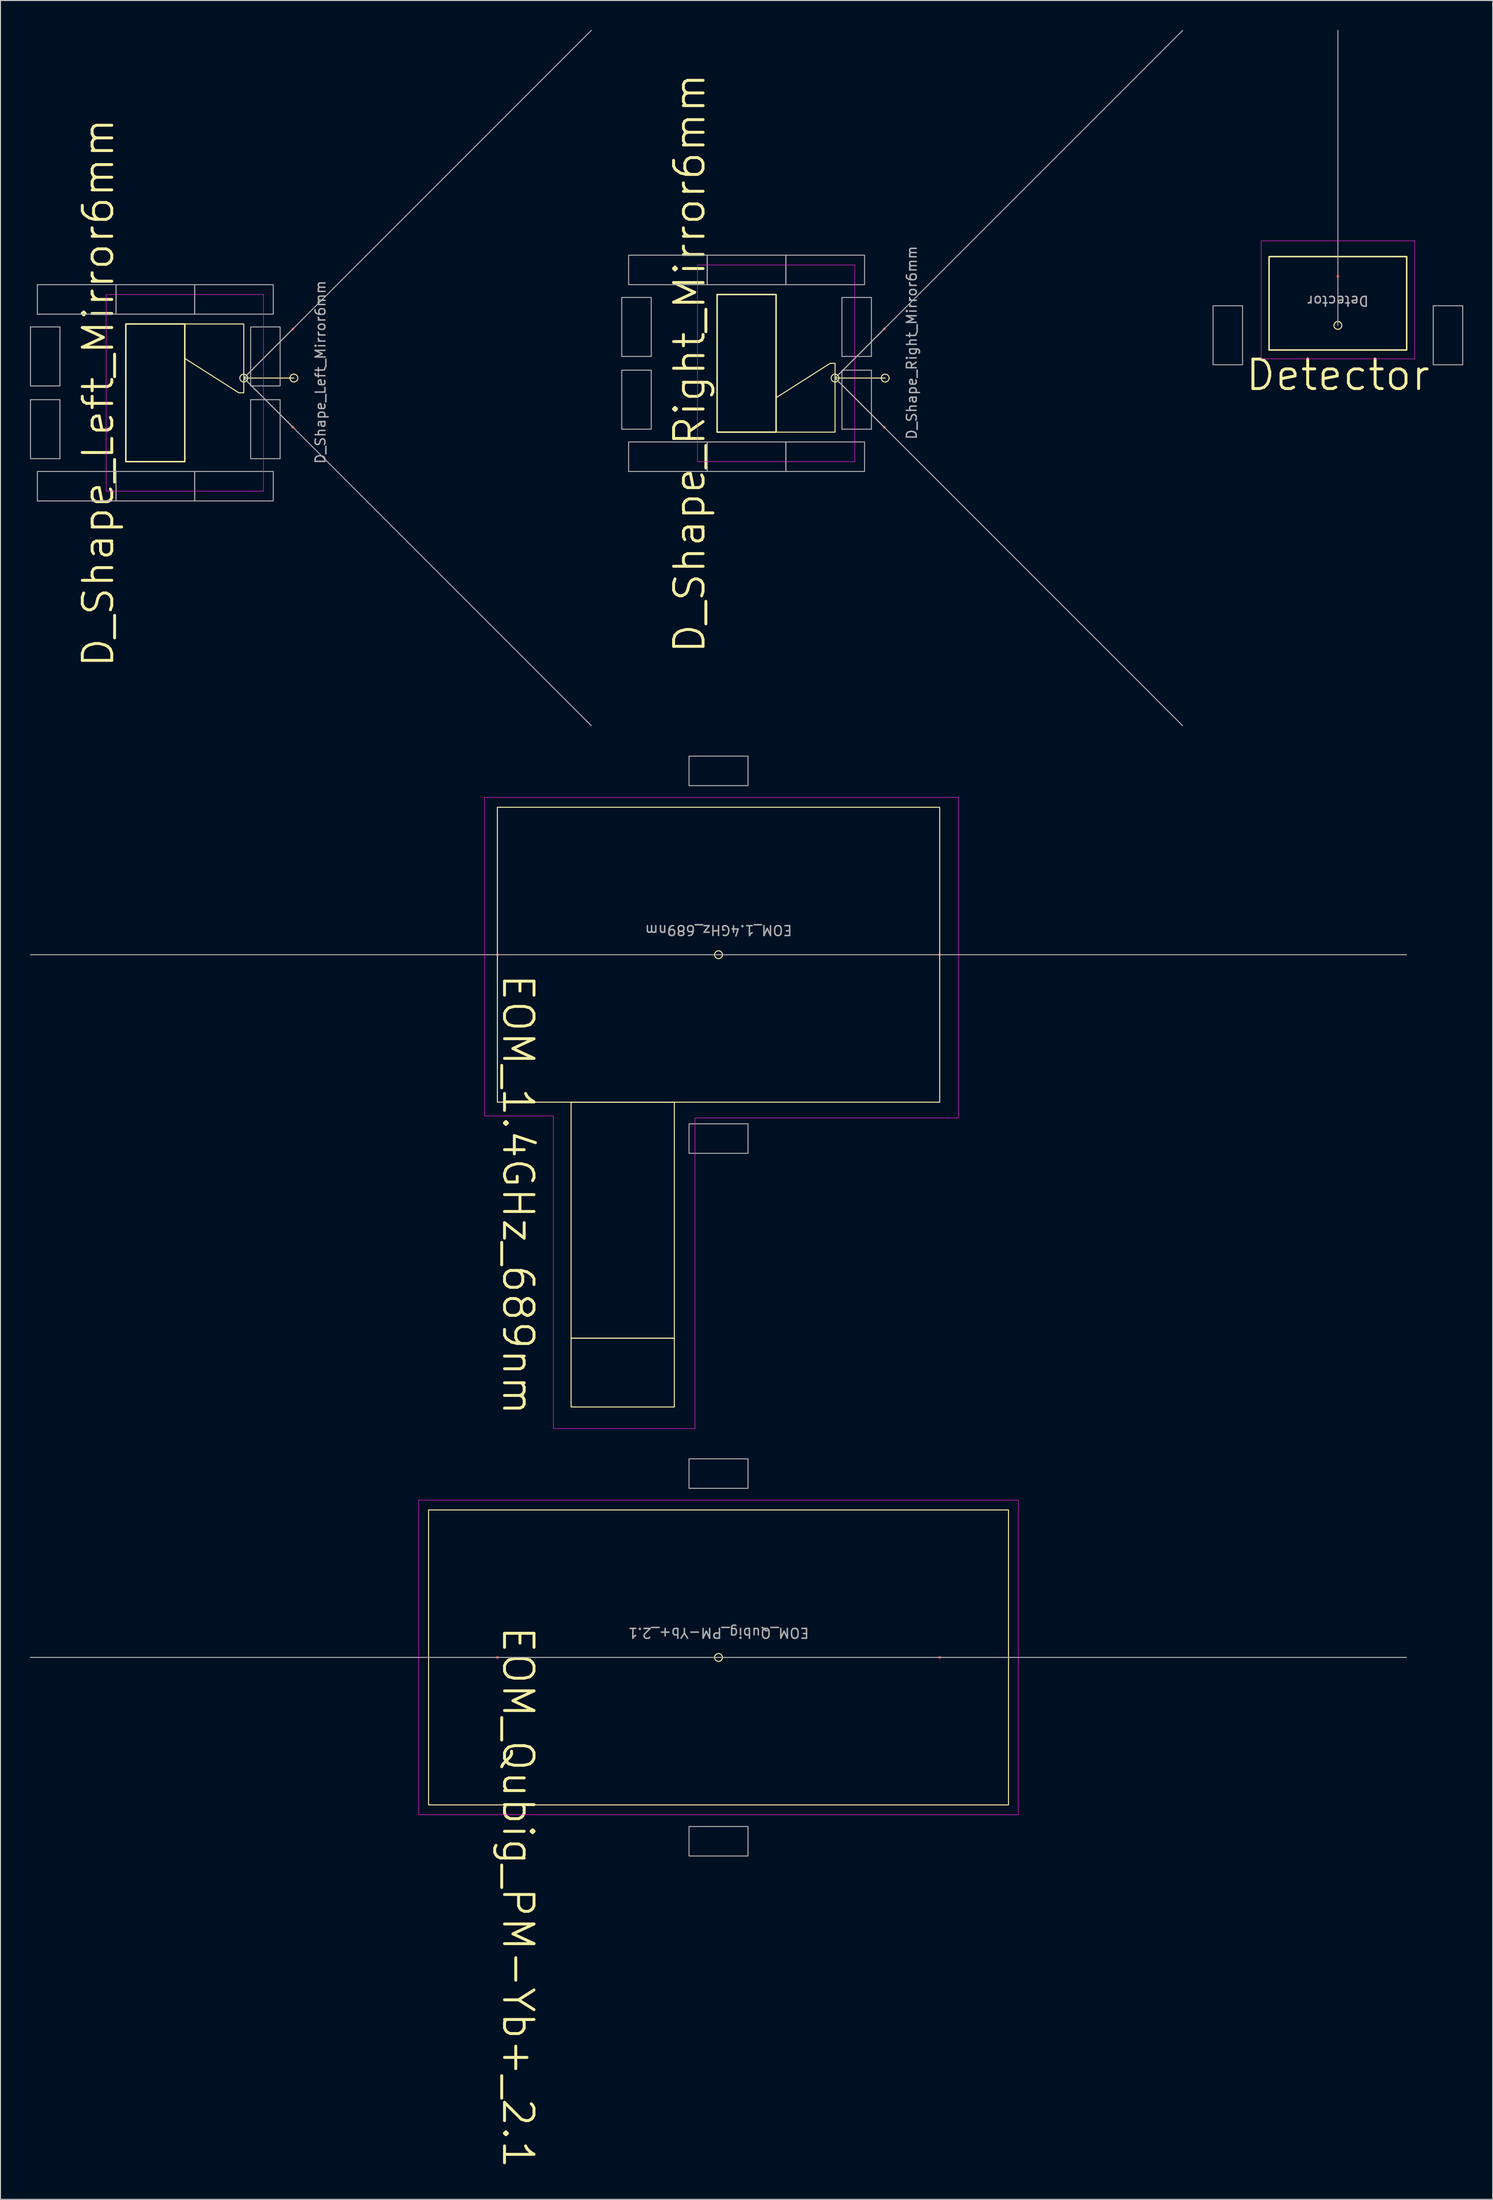
<source format=kicad_pcb>
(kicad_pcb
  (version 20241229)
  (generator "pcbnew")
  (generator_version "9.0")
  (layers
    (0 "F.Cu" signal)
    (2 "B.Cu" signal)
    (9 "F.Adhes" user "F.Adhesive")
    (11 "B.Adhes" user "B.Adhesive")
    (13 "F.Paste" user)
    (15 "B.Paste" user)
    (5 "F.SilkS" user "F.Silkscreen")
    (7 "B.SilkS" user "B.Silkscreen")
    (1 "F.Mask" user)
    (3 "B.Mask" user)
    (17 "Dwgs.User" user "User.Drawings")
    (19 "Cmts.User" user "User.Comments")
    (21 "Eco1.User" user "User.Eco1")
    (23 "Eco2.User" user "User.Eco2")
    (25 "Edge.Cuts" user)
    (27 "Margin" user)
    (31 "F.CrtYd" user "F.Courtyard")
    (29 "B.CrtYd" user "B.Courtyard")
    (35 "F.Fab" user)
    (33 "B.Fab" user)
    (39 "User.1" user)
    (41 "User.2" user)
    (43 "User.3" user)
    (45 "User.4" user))
  (footprint "EOM_Qubig_PM-Yb+_2.1"
    (layer "F.Cu")
    (at 70.05 165.536)
    (property "Reference" "EOM_Qubig_PM-Yb+_2.1" (at -20.4 24.4 270) (unlocked yes) (layer "F.SilkS") (effects (font (size 3 3) (thickness 0.3))))
    (attr smd)
    (fp_rect (start 29.5 15) (end -29.5 -15) (stroke (width 0.1) (type default)) (fill no) (layer "F.SilkS"))
    (fp_circle (center 0 0) (end 0.4 0) (stroke (width 0.1) (type default)) (fill no) (layer "F.SilkS"))
    (fp_rect (start -30.5 -16) (end 30.5 16) (stroke (width 0.05) (type default)) (fill no) (layer "F.CrtYd"))
    (fp_line (start 0 0) (end -70 0) (stroke (width 0.1) (type default)) (layer "F.Fab"))
    (fp_line (start 0 0) (end 70 0) (stroke (width 0.1) (type default)) (layer "F.Fab"))
    (fp_rect (start -3 -20.2) (end 3 -17.2) (stroke (width 0.1) (type solid)) (fill no) (layer "F.Fab"))
    (fp_rect (start -3 17.2) (end 3 20.2) (stroke (width 0.1) (type solid)) (fill no) (layer "F.Fab"))
    (fp_text user "${REFERENCE}" (at 0 -2.5 180) (unlocked yes) (layer "F.Fab") (effects (font (size 1 1) (thickness 0.15))))
    (pad "1" smd circle (at 22.5 0 180) (size 0.3 0.3) (layers "F.Cu" "F.Mask" "F.Paste"))
    (pad "2" smd circle (at -22.5 0 180) (size 0.3 0.3) (layers "F.Cu" "F.Mask" "F.Paste")))
  (footprint "D_Shape_Left_Mirror6mm"
    (layer "F.Cu")
    (at 21.75 36.905)
    (property "Reference" "D_Shape_Left_Mirror6mm" (at -14.8 0 90) (unlocked yes) (layer "F.SilkS") (effects (font (size 3 3) (thickness 0.3))))
    (attr smd)
    (fp_line (start 0 -1.5) (end 5 -6.5) (stroke (width 0.1) (type default)) (layer "F.SilkS"))
    (fp_line (start 0 -1.5) (end 5 3.5) (stroke (width 0.1) (type default)) (layer "F.SilkS"))
    (fp_line (start 0.1 -1.5) (end 5.1 -1.5) (stroke (width 0.1) (type default)) (layer "F.SilkS"))
    (fp_circle (center 0 -1.5) (end 0.4 -1.5) (stroke (width 0.1) (type default)) (fill no) (layer "F.SilkS"))
    (fp_circle (center 5.1 -1.5) (end 5.5 -1.5) (stroke (width 0.1) (type default)) (fill no) (layer "F.SilkS"))
    (fp_poly (pts (xy -12 -7) (xy -6 -7) (xy -6 7) (xy -12 7)) (stroke (width 0.15) (type default)) (fill no) (layer "F.SilkS"))
    (fp_poly (pts (xy -6 -7) (xy 0 -7) (xy 0 -0.000001) (xy -0.5 -0.000001) (xy -6 -3.5)) (stroke (width 0.1) (type solid)) (fill no) (layer "F.SilkS"))
    (fp_poly (pts (xy -14 -10) (xy 2 -10) (xy 2 10) (xy -14 10)) (stroke (width 0.05) (type default)) (fill no) (layer "F.CrtYd"))
    (fp_line (start 0 -1.5) (end 35.355 -36.855) (stroke (width 0.1) (type default)) (layer "F.Fab"))
    (fp_line (start 0 -1.5) (end 35.355 33.855) (stroke (width 0.1) (type default)) (layer "F.Fab"))
    (fp_poly (pts (xy -21.7 -6.7) (xy -18.7 -6.7) (xy -18.7 -0.7) (xy -21.7 -0.7)) (stroke (width 0.1) (type solid)) (fill no) (layer "F.Fab"))
    (fp_poly (pts (xy -21.7 0.7) (xy -18.7 0.7) (xy -18.7 6.7) (xy -21.7 6.7)) (stroke (width 0.1) (type solid)) (fill no) (layer "F.Fab"))
    (fp_poly (pts (xy -21 -11) (xy -13 -11) (xy -13 -8) (xy -21 -8)) (stroke (width 0.1) (type default)) (fill no) (layer "F.Fab"))
    (fp_poly (pts (xy -21 8) (xy -13 8) (xy -13 11) (xy -21 11)) (stroke (width 0.1) (type default)) (fill no) (layer "F.Fab"))
    (fp_poly (pts (xy -13 -11) (xy -5 -11) (xy -5 -8) (xy -13 -8)) (stroke (width 0.1) (type solid)) (fill no) (layer "F.Fab"))
    (fp_poly (pts (xy -13 8) (xy -5 8) (xy -5 11) (xy -13 11)) (stroke (width 0.1) (type solid)) (fill no) (layer "F.Fab"))
    (fp_poly (pts (xy -5 -11) (xy 3 -11) (xy 3 -8) (xy -5 -8)) (stroke (width 0.1) (type default)) (fill no) (layer "F.Fab"))
    (fp_poly (pts (xy -5 8) (xy 3 8) (xy 3 11) (xy -5 11)) (stroke (width 0.1) (type default)) (fill no) (layer "F.Fab"))
    (fp_poly (pts (xy 0.7 -6.7) (xy 3.7 -6.7) (xy 3.7 -0.7) (xy 0.7 -0.7)) (stroke (width 0.1) (type solid)) (fill no) (layer "F.Fab"))
    (fp_poly (pts (xy 0.7 0.7) (xy 3.7 0.7) (xy 3.7 6.7) (xy 0.7 6.7)) (stroke (width 0.1) (type solid)) (fill no) (layer "F.Fab"))
    (fp_text user "${REFERENCE}" (at 7.8 -2.1 90) (unlocked yes) (layer "F.Fab") (effects (font (size 1 1) (thickness 0.15))))
    (pad "1" smd circle (at 5 -6.5 90) (size 0.3 0.3) (layers "F.Cu" "F.Mask" "F.Paste"))
    (pad "2" smd circle (at 5 3.5 90) (size 0.3 0.3) (layers "F.Cu" "F.Mask" "F.Paste")))
  (footprint "Detector"
    (layer "F.Cu")
    (at 133.061 30.05)
    (property "Reference" "Detector" (at 0 5.05 0) (unlocked yes) (layer "F.SilkS") (effects (font (size 3 3) (thickness 0.3))))
    (attr smd)
    (fp_rect (start 7 2.5) (end -7 -7) (stroke (width 0.15) (type default)) (fill no) (layer "F.SilkS"))
    (fp_circle (center 0 0) (end -0.4 0) (stroke (width 0.1) (type default)) (fill no) (layer "F.SilkS"))
    (fp_rect (start 7.8 3.4) (end -7.8 -8.6) (stroke (width 0.05) (type default)) (fill no) (layer "F.CrtYd"))
    (fp_line (start 0 0) (end 0 -30) (stroke (width 0.1) (type default)) (layer "F.Fab"))
    (fp_rect (start -12.7 -2) (end -9.7 4) (stroke (width 0.1) (type solid)) (fill no) (layer "F.Fab"))
    (fp_rect (start 9.7 -2) (end 12.7 4) (stroke (width 0.1) (type solid)) (fill no) (layer "F.Fab"))
    (fp_text user "${REFERENCE}" (at 0 -2.5 180) (unlocked yes) (layer "F.Fab") (effects (font (size 1 1) (thickness 0.15))))
    (pad "1" smd circle (at 0 -5 180) (size 0.3 0.3) (layers "F.Cu" "F.Mask" "F.Paste")))
  (footprint "D_Shape_Right_Mirror6mm"
    (layer "F.Cu")
    (at 81.905 33.905)
    (property "Reference" "D_Shape_Right_Mirror6mm" (at -14.8 0 90) (unlocked yes) (layer "F.SilkS") (effects (font (size 3 3) (thickness 0.3))))
    (attr smd)
    (fp_line (start 0 1.5) (end 5 -3.5) (stroke (width 0.1) (type default)) (layer "F.SilkS"))
    (fp_line (start 0 1.5) (end 5 6.5) (stroke (width 0.1) (type default)) (layer "F.SilkS"))
    (fp_line (start 0.1 1.5) (end 5.1 1.5) (stroke (width 0.1) (type default)) (layer "F.SilkS"))
    (fp_circle (center 0 1.5) (end 0.4 1.5) (stroke (width 0.1) (type default)) (fill no) (layer "F.SilkS"))
    (fp_circle (center 5.1 1.5) (end 5.5 1.5) (stroke (width 0.1) (type default)) (fill no) (layer "F.SilkS"))
    (fp_poly (pts (xy -12 -7) (xy -6 -7) (xy -6 7) (xy -12 7)) (stroke (width 0.15) (type default)) (fill no) (layer "F.SilkS"))
    (fp_poly (pts (xy -6 7) (xy 0 7) (xy 0 0.000001) (xy -0.5 0.000001) (xy -6 3.5)) (stroke (width 0.1) (type solid)) (fill no) (layer "F.SilkS"))
    (fp_poly (pts (xy -14 -10) (xy 2 -10) (xy 2 10) (xy -14 10)) (stroke (width 0.05) (type default)) (fill no) (layer "F.CrtYd"))
    (fp_line (start 0 1.5) (end 35.355 -33.855) (stroke (width 0.1) (type solid)) (layer "F.Fab"))
    (fp_line (start 0 1.5) (end 35.355 36.855) (stroke (width 0.1) (type default)) (layer "F.Fab"))
    (fp_poly (pts (xy -21.7 -6.7) (xy -18.7 -6.7) (xy -18.7 -0.7) (xy -21.7 -0.7)) (stroke (width 0.1) (type solid)) (fill no) (layer "F.Fab"))
    (fp_poly (pts (xy -21.7 0.7) (xy -18.7 0.7) (xy -18.7 6.7) (xy -21.7 6.7)) (stroke (width 0.1) (type solid)) (fill no) (layer "F.Fab"))
    (fp_poly (pts (xy -21 -11) (xy -13 -11) (xy -13 -8) (xy -21 -8)) (stroke (width 0.1) (type default)) (fill no) (layer "F.Fab"))
    (fp_poly (pts (xy -21 8) (xy -13 8) (xy -13 11) (xy -21 11)) (stroke (width 0.1) (type default)) (fill no) (layer "F.Fab"))
    (fp_poly (pts (xy -13 -11) (xy -5 -11) (xy -5 -8) (xy -13 -8)) (stroke (width 0.1) (type solid)) (fill no) (layer "F.Fab"))
    (fp_poly (pts (xy -13 8) (xy -5 8) (xy -5 11) (xy -13 11)) (stroke (width 0.1) (type solid)) (fill no) (layer "F.Fab"))
    (fp_poly (pts (xy -5 -11) (xy 3 -11) (xy 3 -8) (xy -5 -8)) (stroke (width 0.1) (type default)) (fill no) (layer "F.Fab"))
    (fp_poly (pts (xy -5 8) (xy 3 8) (xy 3 11) (xy -5 11)) (stroke (width 0.1) (type default)) (fill no) (layer "F.Fab"))
    (fp_poly (pts (xy 0.7 -6.7) (xy 3.7 -6.7) (xy 3.7 -0.7) (xy 0.7 -0.7)) (stroke (width 0.1) (type solid)) (fill no) (layer "F.Fab"))
    (fp_poly (pts (xy 0.7 0.7) (xy 3.7 0.7) (xy 3.7 6.7) (xy 0.7 6.7)) (stroke (width 0.1) (type solid)) (fill no) (layer "F.Fab"))
    (fp_text user "${REFERENCE}" (at 7.8 -2.1 90) (unlocked yes) (layer "F.Fab") (effects (font (size 1 1) (thickness 0.15))))
    (pad "1" smd circle (at 5 6.5 90) (size 0.3 0.3) (layers "F.Cu" "F.Mask" "F.Paste"))
    (pad "2" smd circle (at 5 -3.5 90) (size 0.3 0.3) (layers "F.Cu" "F.Mask" "F.Paste")))
  (footprint "EOM_1.4GHz_689nm"
    (layer "F.Cu")
    (at 70.05 94.061)
    (property "Reference" "EOM_1.4GHz_689nm" (at -20.4 24.4 270) (unlocked yes) (layer "F.SilkS") (effects (font (size 3 3) (thickness 0.3))))
    (attr smd)
    (fp_rect (start -4.5 39) (end -15 15) (stroke (width 0.1) (type default)) (fill no) (layer "F.SilkS"))
    (fp_rect (start -4.5 46) (end -15 39) (stroke (width 0.1) (type default)) (fill no) (layer "F.SilkS"))
    (fp_rect (start 22.5 15) (end -22.5 -15) (stroke (width 0.1) (type default)) (fill no) (layer "F.SilkS"))
    (fp_circle (center 0 0) (end 0.4 0) (stroke (width 0.1) (type default)) (fill no) (layer "F.SilkS"))
    (fp_poly (pts (xy -23.8 -16) (xy -23.8 16.4) (xy -16.8 16.4) (xy -16.8 48.2) (xy -2.4 48.2) (xy -2.4 16.6) (xy 24.4 16.6) (xy 24.4 -16)) (stroke (width 0.05) (type solid)) (fill no) (layer "F.CrtYd"))
    (fp_line (start 0 0) (end -70 0) (stroke (width 0.1) (type default)) (layer "F.Fab"))
    (fp_line (start 0 0) (end 70 0) (stroke (width 0.1) (type default)) (layer "F.Fab"))
    (fp_rect (start -3 -20.2) (end 3 -17.2) (stroke (width 0.1) (type solid)) (fill no) (layer "F.Fab"))
    (fp_rect (start -3 17.2) (end 3 20.2) (stroke (width 0.1) (type solid)) (fill no) (layer "F.Fab"))
    (fp_text user "${REFERENCE}" (at 0 -2.5 180) (unlocked yes) (layer "F.Fab") (effects (font (size 1 1) (thickness 0.15))))
    (pad "1" smd circle (at 22.5 0 180) (size 0.3 0.3) (layers "F.Cu" "F.Mask" "F.Paste"))
    (pad "2" smd circle (at -22.5 0 180) (size 0.3 0.3) (layers "F.Cu" "F.Mask" "F.Paste")))
  (gr_rect
    (start -3 -3)
    (end 148.811 220.657)
    (stroke (width 0.1) (type default))
    (fill no)
    (layer "Edge.Cuts")))
</source>
